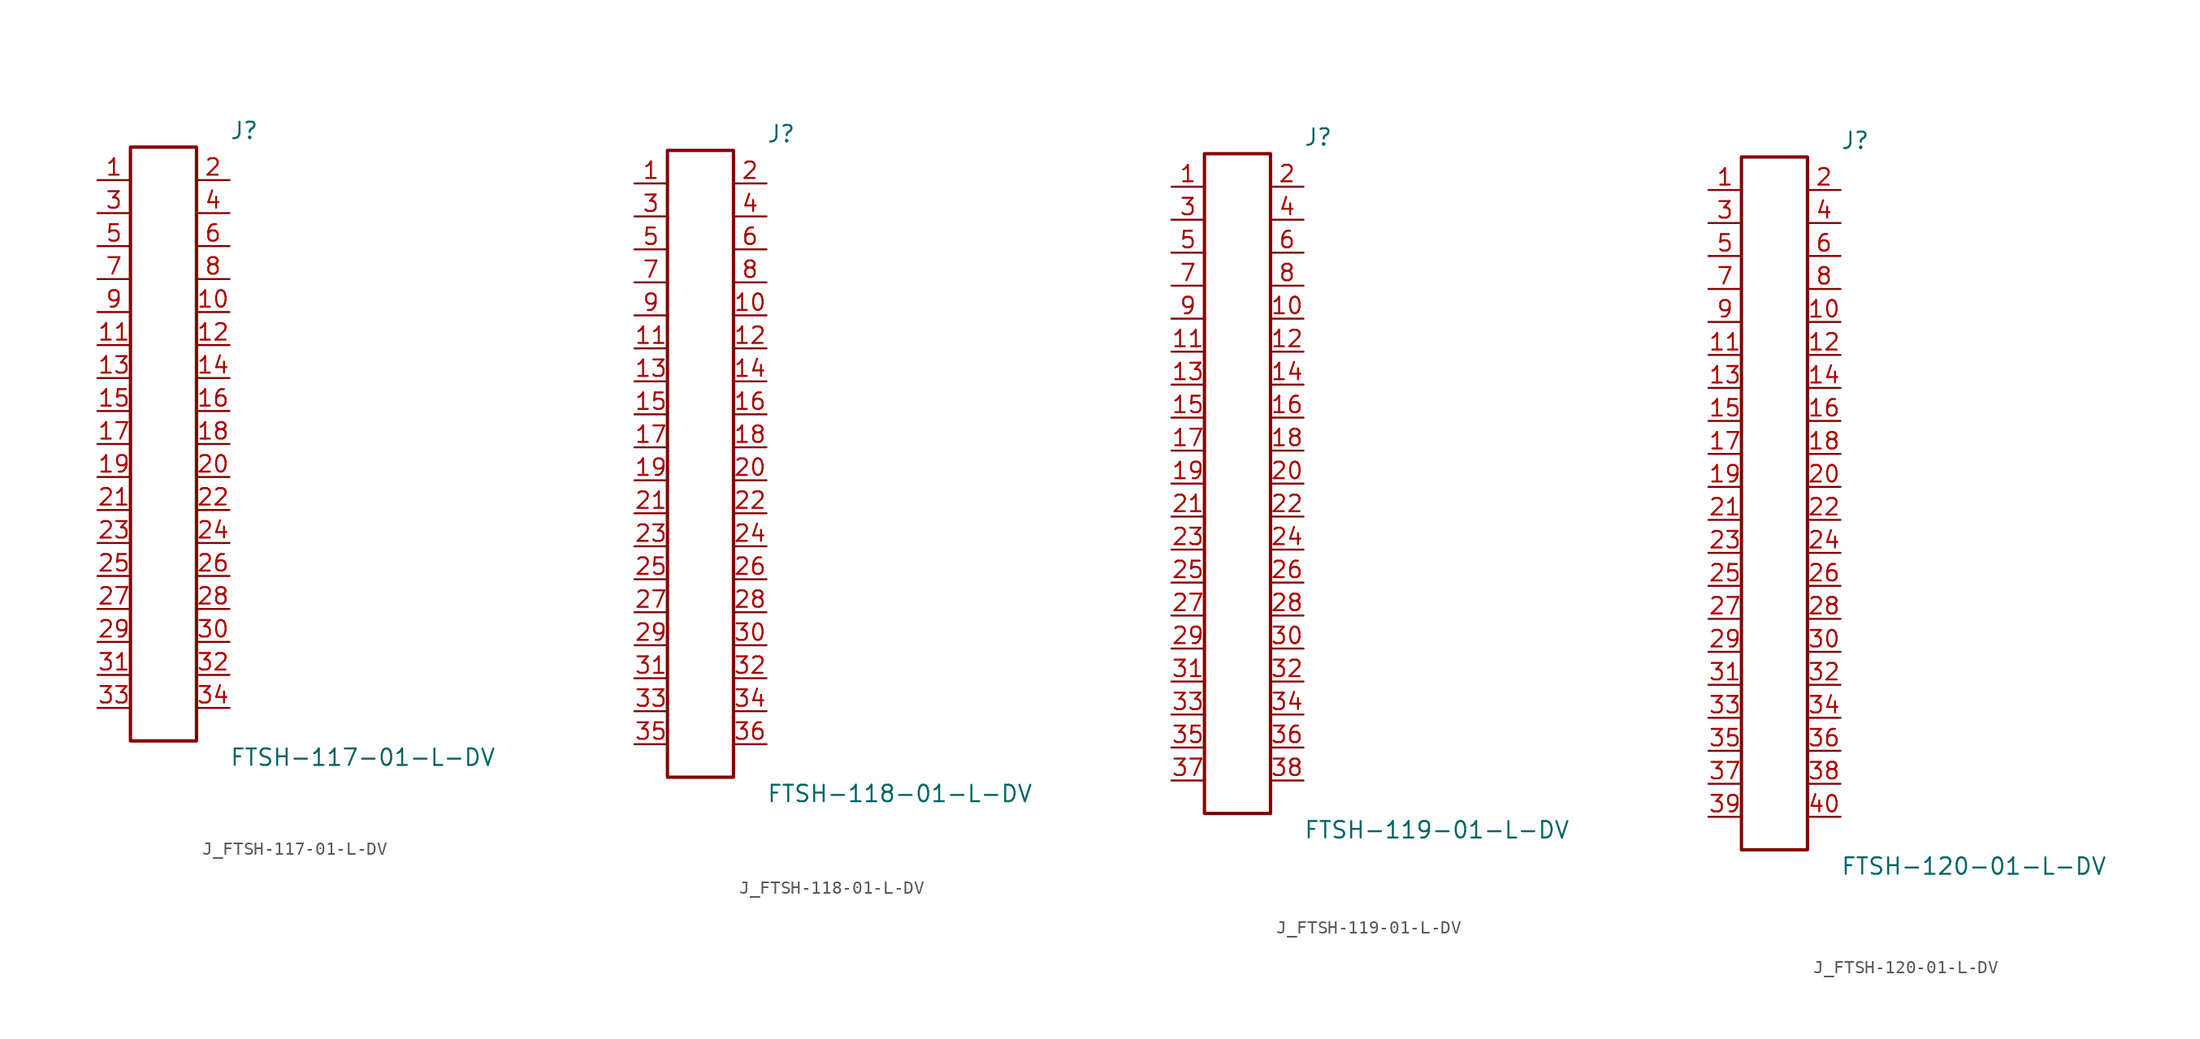
<source format=kicad_sym>
(kicad_symbol_lib
  (version 20231120)
  (generator kicad_symbol_editor)
  (generator_version 8.0)
  (symbol "J_FTSH-117-01-L-DV"
    (pin_names
      (offset 0.254))
    (property "Reference" "J"
      (at 5.08 24.13 0)
      (effects (font (size 1.27 1.27)) (justify left)))
    (property "Value" "FTSH-117-01-L-DV"
      (at 5.08 -24.13 0)
      (effects (font (size 1.27 1.27)) (justify left)))
    (symbol "J_FTSH-117-01-L-DV_0_0"
      (pin passive line (at -5.08 20.32 0) (length 2.54) (name "" (effects (font (size 1.27 1.27)))) (number "1" (effects (font (size 1.27 1.27)))))
      (pin passive line (at 5.08 20.32 180) (length 2.54) (name "" (effects (font (size 1.27 1.27)))) (number "2" (effects (font (size 1.27 1.27)))))
      (pin passive line (at -5.08 17.78 0) (length 2.54) (name "" (effects (font (size 1.27 1.27)))) (number "3" (effects (font (size 1.27 1.27)))))
      (pin passive line (at 5.08 17.78 180) (length 2.54) (name "" (effects (font (size 1.27 1.27)))) (number "4" (effects (font (size 1.27 1.27)))))
      (pin passive line (at -5.08 15.24 0) (length 2.54) (name "" (effects (font (size 1.27 1.27)))) (number "5" (effects (font (size 1.27 1.27)))))
      (pin passive line (at 5.08 15.24 180) (length 2.54) (name "" (effects (font (size 1.27 1.27)))) (number "6" (effects (font (size 1.27 1.27)))))
      (pin passive line (at -5.08 12.7 0) (length 2.54) (name "" (effects (font (size 1.27 1.27)))) (number "7" (effects (font (size 1.27 1.27)))))
      (pin passive line (at 5.08 12.7 180) (length 2.54) (name "" (effects (font (size 1.27 1.27)))) (number "8" (effects (font (size 1.27 1.27)))))
      (pin passive line (at -5.08 10.16 0) (length 2.54) (name "" (effects (font (size 1.27 1.27)))) (number "9" (effects (font (size 1.27 1.27)))))
      (pin passive line (at 5.08 10.16 180) (length 2.54) (name "" (effects (font (size 1.27 1.27)))) (number "10" (effects (font (size 1.27 1.27)))))
      (pin passive line (at -5.08 7.62 0) (length 2.54) (name "" (effects (font (size 1.27 1.27)))) (number "11" (effects (font (size 1.27 1.27)))))
      (pin passive line (at 5.08 7.62 180) (length 2.54) (name "" (effects (font (size 1.27 1.27)))) (number "12" (effects (font (size 1.27 1.27)))))
      (pin passive line (at -5.08 5.08 0) (length 2.54) (name "" (effects (font (size 1.27 1.27)))) (number "13" (effects (font (size 1.27 1.27)))))
      (pin passive line (at 5.08 5.08 180) (length 2.54) (name "" (effects (font (size 1.27 1.27)))) (number "14" (effects (font (size 1.27 1.27)))))
      (pin passive line (at -5.08 2.54 0) (length 2.54) (name "" (effects (font (size 1.27 1.27)))) (number "15" (effects (font (size 1.27 1.27)))))
      (pin passive line (at 5.08 2.54 180) (length 2.54) (name "" (effects (font (size 1.27 1.27)))) (number "16" (effects (font (size 1.27 1.27)))))
      (pin passive line (at -5.08 0.0 0) (length 2.54) (name "" (effects (font (size 1.27 1.27)))) (number "17" (effects (font (size 1.27 1.27)))))
      (pin passive line (at 5.08 0.0 180) (length 2.54) (name "" (effects (font (size 1.27 1.27)))) (number "18" (effects (font (size 1.27 1.27)))))
      (pin passive line (at -5.08 -2.54 0) (length 2.54) (name "" (effects (font (size 1.27 1.27)))) (number "19" (effects (font (size 1.27 1.27)))))
      (pin passive line (at 5.08 -2.54 180) (length 2.54) (name "" (effects (font (size 1.27 1.27)))) (number "20" (effects (font (size 1.27 1.27)))))
      (pin passive line (at -5.08 -5.08 0) (length 2.54) (name "" (effects (font (size 1.27 1.27)))) (number "21" (effects (font (size 1.27 1.27)))))
      (pin passive line (at 5.08 -5.08 180) (length 2.54) (name "" (effects (font (size 1.27 1.27)))) (number "22" (effects (font (size 1.27 1.27)))))
      (pin passive line (at -5.08 -7.62 0) (length 2.54) (name "" (effects (font (size 1.27 1.27)))) (number "23" (effects (font (size 1.27 1.27)))))
      (pin passive line (at 5.08 -7.62 180) (length 2.54) (name "" (effects (font (size 1.27 1.27)))) (number "24" (effects (font (size 1.27 1.27)))))
      (pin passive line (at -5.08 -10.16 0) (length 2.54) (name "" (effects (font (size 1.27 1.27)))) (number "25" (effects (font (size 1.27 1.27)))))
      (pin passive line (at 5.08 -10.16 180) (length 2.54) (name "" (effects (font (size 1.27 1.27)))) (number "26" (effects (font (size 1.27 1.27)))))
      (pin passive line (at -5.08 -12.7 0) (length 2.54) (name "" (effects (font (size 1.27 1.27)))) (number "27" (effects (font (size 1.27 1.27)))))
      (pin passive line (at 5.08 -12.7 180) (length 2.54) (name "" (effects (font (size 1.27 1.27)))) (number "28" (effects (font (size 1.27 1.27)))))
      (pin passive line (at -5.08 -15.24 0) (length 2.54) (name "" (effects (font (size 1.27 1.27)))) (number "29" (effects (font (size 1.27 1.27)))))
      (pin passive line (at 5.08 -15.24 180) (length 2.54) (name "" (effects (font (size 1.27 1.27)))) (number "30" (effects (font (size 1.27 1.27)))))
      (pin passive line (at -5.08 -17.78 0) (length 2.54) (name "" (effects (font (size 1.27 1.27)))) (number "31" (effects (font (size 1.27 1.27)))))
      (pin passive line (at 5.08 -17.78 180) (length 2.54) (name "" (effects (font (size 1.27 1.27)))) (number "32" (effects (font (size 1.27 1.27)))))
      (pin passive line (at -5.08 -20.32 0) (length 2.54) (name "" (effects (font (size 1.27 1.27)))) (number "33" (effects (font (size 1.27 1.27)))))
      (pin passive line (at 5.08 -20.32 180) (length 2.54) (name "" (effects (font (size 1.27 1.27)))) (number "34" (effects (font (size 1.27 1.27))))))
    (symbol "J_FTSH-117-01-L-DV_1_0"
      (rectangle (start -2.54 22.86) (end 2.54 -22.86) (stroke (width 0.254) (type solid)) (fill (type none)))))
  (symbol "J_FTSH-118-01-L-DV"
    (pin_names
      (offset 0.254))
    (property "Reference" "J"
      (at 5.08 25.4 0)
      (effects (font (size 1.27 1.27)) (justify left)))
    (property "Value" "FTSH-118-01-L-DV"
      (at 5.08 -25.4 0)
      (effects (font (size 1.27 1.27)) (justify left)))
    (symbol "J_FTSH-118-01-L-DV_0_0"
      (pin passive line (at -5.08 21.59 0) (length 2.54) (name "" (effects (font (size 1.27 1.27)))) (number "1" (effects (font (size 1.27 1.27)))))
      (pin passive line (at 5.08 21.59 180) (length 2.54) (name "" (effects (font (size 1.27 1.27)))) (number "2" (effects (font (size 1.27 1.27)))))
      (pin passive line (at -5.08 19.05 0) (length 2.54) (name "" (effects (font (size 1.27 1.27)))) (number "3" (effects (font (size 1.27 1.27)))))
      (pin passive line (at 5.08 19.05 180) (length 2.54) (name "" (effects (font (size 1.27 1.27)))) (number "4" (effects (font (size 1.27 1.27)))))
      (pin passive line (at -5.08 16.51 0) (length 2.54) (name "" (effects (font (size 1.27 1.27)))) (number "5" (effects (font (size 1.27 1.27)))))
      (pin passive line (at 5.08 16.51 180) (length 2.54) (name "" (effects (font (size 1.27 1.27)))) (number "6" (effects (font (size 1.27 1.27)))))
      (pin passive line (at -5.08 13.97 0) (length 2.54) (name "" (effects (font (size 1.27 1.27)))) (number "7" (effects (font (size 1.27 1.27)))))
      (pin passive line (at 5.08 13.97 180) (length 2.54) (name "" (effects (font (size 1.27 1.27)))) (number "8" (effects (font (size 1.27 1.27)))))
      (pin passive line (at -5.08 11.43 0) (length 2.54) (name "" (effects (font (size 1.27 1.27)))) (number "9" (effects (font (size 1.27 1.27)))))
      (pin passive line (at 5.08 11.43 180) (length 2.54) (name "" (effects (font (size 1.27 1.27)))) (number "10" (effects (font (size 1.27 1.27)))))
      (pin passive line (at -5.08 8.89 0) (length 2.54) (name "" (effects (font (size 1.27 1.27)))) (number "11" (effects (font (size 1.27 1.27)))))
      (pin passive line (at 5.08 8.89 180) (length 2.54) (name "" (effects (font (size 1.27 1.27)))) (number "12" (effects (font (size 1.27 1.27)))))
      (pin passive line (at -5.08 6.35 0) (length 2.54) (name "" (effects (font (size 1.27 1.27)))) (number "13" (effects (font (size 1.27 1.27)))))
      (pin passive line (at 5.08 6.35 180) (length 2.54) (name "" (effects (font (size 1.27 1.27)))) (number "14" (effects (font (size 1.27 1.27)))))
      (pin passive line (at -5.08 3.81 0) (length 2.54) (name "" (effects (font (size 1.27 1.27)))) (number "15" (effects (font (size 1.27 1.27)))))
      (pin passive line (at 5.08 3.81 180) (length 2.54) (name "" (effects (font (size 1.27 1.27)))) (number "16" (effects (font (size 1.27 1.27)))))
      (pin passive line (at -5.08 1.27 0) (length 2.54) (name "" (effects (font (size 1.27 1.27)))) (number "17" (effects (font (size 1.27 1.27)))))
      (pin passive line (at 5.08 1.27 180) (length 2.54) (name "" (effects (font (size 1.27 1.27)))) (number "18" (effects (font (size 1.27 1.27)))))
      (pin passive line (at -5.08 -1.27 0) (length 2.54) (name "" (effects (font (size 1.27 1.27)))) (number "19" (effects (font (size 1.27 1.27)))))
      (pin passive line (at 5.08 -1.27 180) (length 2.54) (name "" (effects (font (size 1.27 1.27)))) (number "20" (effects (font (size 1.27 1.27)))))
      (pin passive line (at -5.08 -3.81 0) (length 2.54) (name "" (effects (font (size 1.27 1.27)))) (number "21" (effects (font (size 1.27 1.27)))))
      (pin passive line (at 5.08 -3.81 180) (length 2.54) (name "" (effects (font (size 1.27 1.27)))) (number "22" (effects (font (size 1.27 1.27)))))
      (pin passive line (at -5.08 -6.35 0) (length 2.54) (name "" (effects (font (size 1.27 1.27)))) (number "23" (effects (font (size 1.27 1.27)))))
      (pin passive line (at 5.08 -6.35 180) (length 2.54) (name "" (effects (font (size 1.27 1.27)))) (number "24" (effects (font (size 1.27 1.27)))))
      (pin passive line (at -5.08 -8.89 0) (length 2.54) (name "" (effects (font (size 1.27 1.27)))) (number "25" (effects (font (size 1.27 1.27)))))
      (pin passive line (at 5.08 -8.89 180) (length 2.54) (name "" (effects (font (size 1.27 1.27)))) (number "26" (effects (font (size 1.27 1.27)))))
      (pin passive line (at -5.08 -11.43 0) (length 2.54) (name "" (effects (font (size 1.27 1.27)))) (number "27" (effects (font (size 1.27 1.27)))))
      (pin passive line (at 5.08 -11.43 180) (length 2.54) (name "" (effects (font (size 1.27 1.27)))) (number "28" (effects (font (size 1.27 1.27)))))
      (pin passive line (at -5.08 -13.97 0) (length 2.54) (name "" (effects (font (size 1.27 1.27)))) (number "29" (effects (font (size 1.27 1.27)))))
      (pin passive line (at 5.08 -13.97 180) (length 2.54) (name "" (effects (font (size 1.27 1.27)))) (number "30" (effects (font (size 1.27 1.27)))))
      (pin passive line (at -5.08 -16.51 0) (length 2.54) (name "" (effects (font (size 1.27 1.27)))) (number "31" (effects (font (size 1.27 1.27)))))
      (pin passive line (at 5.08 -16.51 180) (length 2.54) (name "" (effects (font (size 1.27 1.27)))) (number "32" (effects (font (size 1.27 1.27)))))
      (pin passive line (at -5.08 -19.05 0) (length 2.54) (name "" (effects (font (size 1.27 1.27)))) (number "33" (effects (font (size 1.27 1.27)))))
      (pin passive line (at 5.08 -19.05 180) (length 2.54) (name "" (effects (font (size 1.27 1.27)))) (number "34" (effects (font (size 1.27 1.27)))))
      (pin passive line (at -5.08 -21.59 0) (length 2.54) (name "" (effects (font (size 1.27 1.27)))) (number "35" (effects (font (size 1.27 1.27)))))
      (pin passive line (at 5.08 -21.59 180) (length 2.54) (name "" (effects (font (size 1.27 1.27)))) (number "36" (effects (font (size 1.27 1.27))))))
    (symbol "J_FTSH-118-01-L-DV_1_0"
      (rectangle (start -2.54 24.13) (end 2.54 -24.13) (stroke (width 0.254) (type solid)) (fill (type none)))))
  (symbol "J_FTSH-119-01-L-DV"
    (pin_names
      (offset 0.254))
    (property "Reference" "J"
      (at 5.08 26.67 0)
      (effects (font (size 1.27 1.27)) (justify left)))
    (property "Value" "FTSH-119-01-L-DV"
      (at 5.08 -26.67 0)
      (effects (font (size 1.27 1.27)) (justify left)))
    (symbol "J_FTSH-119-01-L-DV_0_0"
      (pin passive line (at -5.08 22.86 0) (length 2.54) (name "" (effects (font (size 1.27 1.27)))) (number "1" (effects (font (size 1.27 1.27)))))
      (pin passive line (at 5.08 22.86 180) (length 2.54) (name "" (effects (font (size 1.27 1.27)))) (number "2" (effects (font (size 1.27 1.27)))))
      (pin passive line (at -5.08 20.32 0) (length 2.54) (name "" (effects (font (size 1.27 1.27)))) (number "3" (effects (font (size 1.27 1.27)))))
      (pin passive line (at 5.08 20.32 180) (length 2.54) (name "" (effects (font (size 1.27 1.27)))) (number "4" (effects (font (size 1.27 1.27)))))
      (pin passive line (at -5.08 17.78 0) (length 2.54) (name "" (effects (font (size 1.27 1.27)))) (number "5" (effects (font (size 1.27 1.27)))))
      (pin passive line (at 5.08 17.78 180) (length 2.54) (name "" (effects (font (size 1.27 1.27)))) (number "6" (effects (font (size 1.27 1.27)))))
      (pin passive line (at -5.08 15.24 0) (length 2.54) (name "" (effects (font (size 1.27 1.27)))) (number "7" (effects (font (size 1.27 1.27)))))
      (pin passive line (at 5.08 15.24 180) (length 2.54) (name "" (effects (font (size 1.27 1.27)))) (number "8" (effects (font (size 1.27 1.27)))))
      (pin passive line (at -5.08 12.7 0) (length 2.54) (name "" (effects (font (size 1.27 1.27)))) (number "9" (effects (font (size 1.27 1.27)))))
      (pin passive line (at 5.08 12.7 180) (length 2.54) (name "" (effects (font (size 1.27 1.27)))) (number "10" (effects (font (size 1.27 1.27)))))
      (pin passive line (at -5.08 10.16 0) (length 2.54) (name "" (effects (font (size 1.27 1.27)))) (number "11" (effects (font (size 1.27 1.27)))))
      (pin passive line (at 5.08 10.16 180) (length 2.54) (name "" (effects (font (size 1.27 1.27)))) (number "12" (effects (font (size 1.27 1.27)))))
      (pin passive line (at -5.08 7.62 0) (length 2.54) (name "" (effects (font (size 1.27 1.27)))) (number "13" (effects (font (size 1.27 1.27)))))
      (pin passive line (at 5.08 7.62 180) (length 2.54) (name "" (effects (font (size 1.27 1.27)))) (number "14" (effects (font (size 1.27 1.27)))))
      (pin passive line (at -5.08 5.08 0) (length 2.54) (name "" (effects (font (size 1.27 1.27)))) (number "15" (effects (font (size 1.27 1.27)))))
      (pin passive line (at 5.08 5.08 180) (length 2.54) (name "" (effects (font (size 1.27 1.27)))) (number "16" (effects (font (size 1.27 1.27)))))
      (pin passive line (at -5.08 2.54 0) (length 2.54) (name "" (effects (font (size 1.27 1.27)))) (number "17" (effects (font (size 1.27 1.27)))))
      (pin passive line (at 5.08 2.54 180) (length 2.54) (name "" (effects (font (size 1.27 1.27)))) (number "18" (effects (font (size 1.27 1.27)))))
      (pin passive line (at -5.08 0.0 0) (length 2.54) (name "" (effects (font (size 1.27 1.27)))) (number "19" (effects (font (size 1.27 1.27)))))
      (pin passive line (at 5.08 0.0 180) (length 2.54) (name "" (effects (font (size 1.27 1.27)))) (number "20" (effects (font (size 1.27 1.27)))))
      (pin passive line (at -5.08 -2.54 0) (length 2.54) (name "" (effects (font (size 1.27 1.27)))) (number "21" (effects (font (size 1.27 1.27)))))
      (pin passive line (at 5.08 -2.54 180) (length 2.54) (name "" (effects (font (size 1.27 1.27)))) (number "22" (effects (font (size 1.27 1.27)))))
      (pin passive line (at -5.08 -5.08 0) (length 2.54) (name "" (effects (font (size 1.27 1.27)))) (number "23" (effects (font (size 1.27 1.27)))))
      (pin passive line (at 5.08 -5.08 180) (length 2.54) (name "" (effects (font (size 1.27 1.27)))) (number "24" (effects (font (size 1.27 1.27)))))
      (pin passive line (at -5.08 -7.62 0) (length 2.54) (name "" (effects (font (size 1.27 1.27)))) (number "25" (effects (font (size 1.27 1.27)))))
      (pin passive line (at 5.08 -7.62 180) (length 2.54) (name "" (effects (font (size 1.27 1.27)))) (number "26" (effects (font (size 1.27 1.27)))))
      (pin passive line (at -5.08 -10.16 0) (length 2.54) (name "" (effects (font (size 1.27 1.27)))) (number "27" (effects (font (size 1.27 1.27)))))
      (pin passive line (at 5.08 -10.16 180) (length 2.54) (name "" (effects (font (size 1.27 1.27)))) (number "28" (effects (font (size 1.27 1.27)))))
      (pin passive line (at -5.08 -12.7 0) (length 2.54) (name "" (effects (font (size 1.27 1.27)))) (number "29" (effects (font (size 1.27 1.27)))))
      (pin passive line (at 5.08 -12.7 180) (length 2.54) (name "" (effects (font (size 1.27 1.27)))) (number "30" (effects (font (size 1.27 1.27)))))
      (pin passive line (at -5.08 -15.24 0) (length 2.54) (name "" (effects (font (size 1.27 1.27)))) (number "31" (effects (font (size 1.27 1.27)))))
      (pin passive line (at 5.08 -15.24 180) (length 2.54) (name "" (effects (font (size 1.27 1.27)))) (number "32" (effects (font (size 1.27 1.27)))))
      (pin passive line (at -5.08 -17.78 0) (length 2.54) (name "" (effects (font (size 1.27 1.27)))) (number "33" (effects (font (size 1.27 1.27)))))
      (pin passive line (at 5.08 -17.78 180) (length 2.54) (name "" (effects (font (size 1.27 1.27)))) (number "34" (effects (font (size 1.27 1.27)))))
      (pin passive line (at -5.08 -20.32 0) (length 2.54) (name "" (effects (font (size 1.27 1.27)))) (number "35" (effects (font (size 1.27 1.27)))))
      (pin passive line (at 5.08 -20.32 180) (length 2.54) (name "" (effects (font (size 1.27 1.27)))) (number "36" (effects (font (size 1.27 1.27)))))
      (pin passive line (at -5.08 -22.86 0) (length 2.54) (name "" (effects (font (size 1.27 1.27)))) (number "37" (effects (font (size 1.27 1.27)))))
      (pin passive line (at 5.08 -22.86 180) (length 2.54) (name "" (effects (font (size 1.27 1.27)))) (number "38" (effects (font (size 1.27 1.27))))))
    (symbol "J_FTSH-119-01-L-DV_1_0"
      (rectangle (start -2.54 25.4) (end 2.54 -25.4) (stroke (width 0.254) (type solid)) (fill (type none)))))
  (symbol "J_FTSH-120-01-L-DV"
    (pin_names
      (offset 0.254))
    (property "Reference" "J"
      (at 5.08 27.94 0)
      (effects (font (size 1.27 1.27)) (justify left)))
    (property "Value" "FTSH-120-01-L-DV"
      (at 5.08 -27.94 0)
      (effects (font (size 1.27 1.27)) (justify left)))
    (symbol "J_FTSH-120-01-L-DV_0_0"
      (pin passive line (at -5.08 24.13 0) (length 2.54) (name "" (effects (font (size 1.27 1.27)))) (number "1" (effects (font (size 1.27 1.27)))))
      (pin passive line (at 5.08 24.13 180) (length 2.54) (name "" (effects (font (size 1.27 1.27)))) (number "2" (effects (font (size 1.27 1.27)))))
      (pin passive line (at -5.08 21.59 0) (length 2.54) (name "" (effects (font (size 1.27 1.27)))) (number "3" (effects (font (size 1.27 1.27)))))
      (pin passive line (at 5.08 21.59 180) (length 2.54) (name "" (effects (font (size 1.27 1.27)))) (number "4" (effects (font (size 1.27 1.27)))))
      (pin passive line (at -5.08 19.05 0) (length 2.54) (name "" (effects (font (size 1.27 1.27)))) (number "5" (effects (font (size 1.27 1.27)))))
      (pin passive line (at 5.08 19.05 180) (length 2.54) (name "" (effects (font (size 1.27 1.27)))) (number "6" (effects (font (size 1.27 1.27)))))
      (pin passive line (at -5.08 16.51 0) (length 2.54) (name "" (effects (font (size 1.27 1.27)))) (number "7" (effects (font (size 1.27 1.27)))))
      (pin passive line (at 5.08 16.51 180) (length 2.54) (name "" (effects (font (size 1.27 1.27)))) (number "8" (effects (font (size 1.27 1.27)))))
      (pin passive line (at -5.08 13.97 0) (length 2.54) (name "" (effects (font (size 1.27 1.27)))) (number "9" (effects (font (size 1.27 1.27)))))
      (pin passive line (at 5.08 13.97 180) (length 2.54) (name "" (effects (font (size 1.27 1.27)))) (number "10" (effects (font (size 1.27 1.27)))))
      (pin passive line (at -5.08 11.43 0) (length 2.54) (name "" (effects (font (size 1.27 1.27)))) (number "11" (effects (font (size 1.27 1.27)))))
      (pin passive line (at 5.08 11.43 180) (length 2.54) (name "" (effects (font (size 1.27 1.27)))) (number "12" (effects (font (size 1.27 1.27)))))
      (pin passive line (at -5.08 8.89 0) (length 2.54) (name "" (effects (font (size 1.27 1.27)))) (number "13" (effects (font (size 1.27 1.27)))))
      (pin passive line (at 5.08 8.89 180) (length 2.54) (name "" (effects (font (size 1.27 1.27)))) (number "14" (effects (font (size 1.27 1.27)))))
      (pin passive line (at -5.08 6.35 0) (length 2.54) (name "" (effects (font (size 1.27 1.27)))) (number "15" (effects (font (size 1.27 1.27)))))
      (pin passive line (at 5.08 6.35 180) (length 2.54) (name "" (effects (font (size 1.27 1.27)))) (number "16" (effects (font (size 1.27 1.27)))))
      (pin passive line (at -5.08 3.81 0) (length 2.54) (name "" (effects (font (size 1.27 1.27)))) (number "17" (effects (font (size 1.27 1.27)))))
      (pin passive line (at 5.08 3.81 180) (length 2.54) (name "" (effects (font (size 1.27 1.27)))) (number "18" (effects (font (size 1.27 1.27)))))
      (pin passive line (at -5.08 1.27 0) (length 2.54) (name "" (effects (font (size 1.27 1.27)))) (number "19" (effects (font (size 1.27 1.27)))))
      (pin passive line (at 5.08 1.27 180) (length 2.54) (name "" (effects (font (size 1.27 1.27)))) (number "20" (effects (font (size 1.27 1.27)))))
      (pin passive line (at -5.08 -1.27 0) (length 2.54) (name "" (effects (font (size 1.27 1.27)))) (number "21" (effects (font (size 1.27 1.27)))))
      (pin passive line (at 5.08 -1.27 180) (length 2.54) (name "" (effects (font (size 1.27 1.27)))) (number "22" (effects (font (size 1.27 1.27)))))
      (pin passive line (at -5.08 -3.81 0) (length 2.54) (name "" (effects (font (size 1.27 1.27)))) (number "23" (effects (font (size 1.27 1.27)))))
      (pin passive line (at 5.08 -3.81 180) (length 2.54) (name "" (effects (font (size 1.27 1.27)))) (number "24" (effects (font (size 1.27 1.27)))))
      (pin passive line (at -5.08 -6.35 0) (length 2.54) (name "" (effects (font (size 1.27 1.27)))) (number "25" (effects (font (size 1.27 1.27)))))
      (pin passive line (at 5.08 -6.35 180) (length 2.54) (name "" (effects (font (size 1.27 1.27)))) (number "26" (effects (font (size 1.27 1.27)))))
      (pin passive line (at -5.08 -8.89 0) (length 2.54) (name "" (effects (font (size 1.27 1.27)))) (number "27" (effects (font (size 1.27 1.27)))))
      (pin passive line (at 5.08 -8.89 180) (length 2.54) (name "" (effects (font (size 1.27 1.27)))) (number "28" (effects (font (size 1.27 1.27)))))
      (pin passive line (at -5.08 -11.43 0) (length 2.54) (name "" (effects (font (size 1.27 1.27)))) (number "29" (effects (font (size 1.27 1.27)))))
      (pin passive line (at 5.08 -11.43 180) (length 2.54) (name "" (effects (font (size 1.27 1.27)))) (number "30" (effects (font (size 1.27 1.27)))))
      (pin passive line (at -5.08 -13.97 0) (length 2.54) (name "" (effects (font (size 1.27 1.27)))) (number "31" (effects (font (size 1.27 1.27)))))
      (pin passive line (at 5.08 -13.97 180) (length 2.54) (name "" (effects (font (size 1.27 1.27)))) (number "32" (effects (font (size 1.27 1.27)))))
      (pin passive line (at -5.08 -16.51 0) (length 2.54) (name "" (effects (font (size 1.27 1.27)))) (number "33" (effects (font (size 1.27 1.27)))))
      (pin passive line (at 5.08 -16.51 180) (length 2.54) (name "" (effects (font (size 1.27 1.27)))) (number "34" (effects (font (size 1.27 1.27)))))
      (pin passive line (at -5.08 -19.05 0) (length 2.54) (name "" (effects (font (size 1.27 1.27)))) (number "35" (effects (font (size 1.27 1.27)))))
      (pin passive line (at 5.08 -19.05 180) (length 2.54) (name "" (effects (font (size 1.27 1.27)))) (number "36" (effects (font (size 1.27 1.27)))))
      (pin passive line (at -5.08 -21.59 0) (length 2.54) (name "" (effects (font (size 1.27 1.27)))) (number "37" (effects (font (size 1.27 1.27)))))
      (pin passive line (at 5.08 -21.59 180) (length 2.54) (name "" (effects (font (size 1.27 1.27)))) (number "38" (effects (font (size 1.27 1.27)))))
      (pin passive line (at -5.08 -24.13 0) (length 2.54) (name "" (effects (font (size 1.27 1.27)))) (number "39" (effects (font (size 1.27 1.27)))))
      (pin passive line (at 5.08 -24.13 180) (length 2.54) (name "" (effects (font (size 1.27 1.27)))) (number "40" (effects (font (size 1.27 1.27))))))
    (symbol "J_FTSH-120-01-L-DV_1_0"
      (rectangle (start -2.54 26.67) (end 2.54 -26.67) (stroke (width 0.254) (type solid)) (fill (type none))))))
</source>
